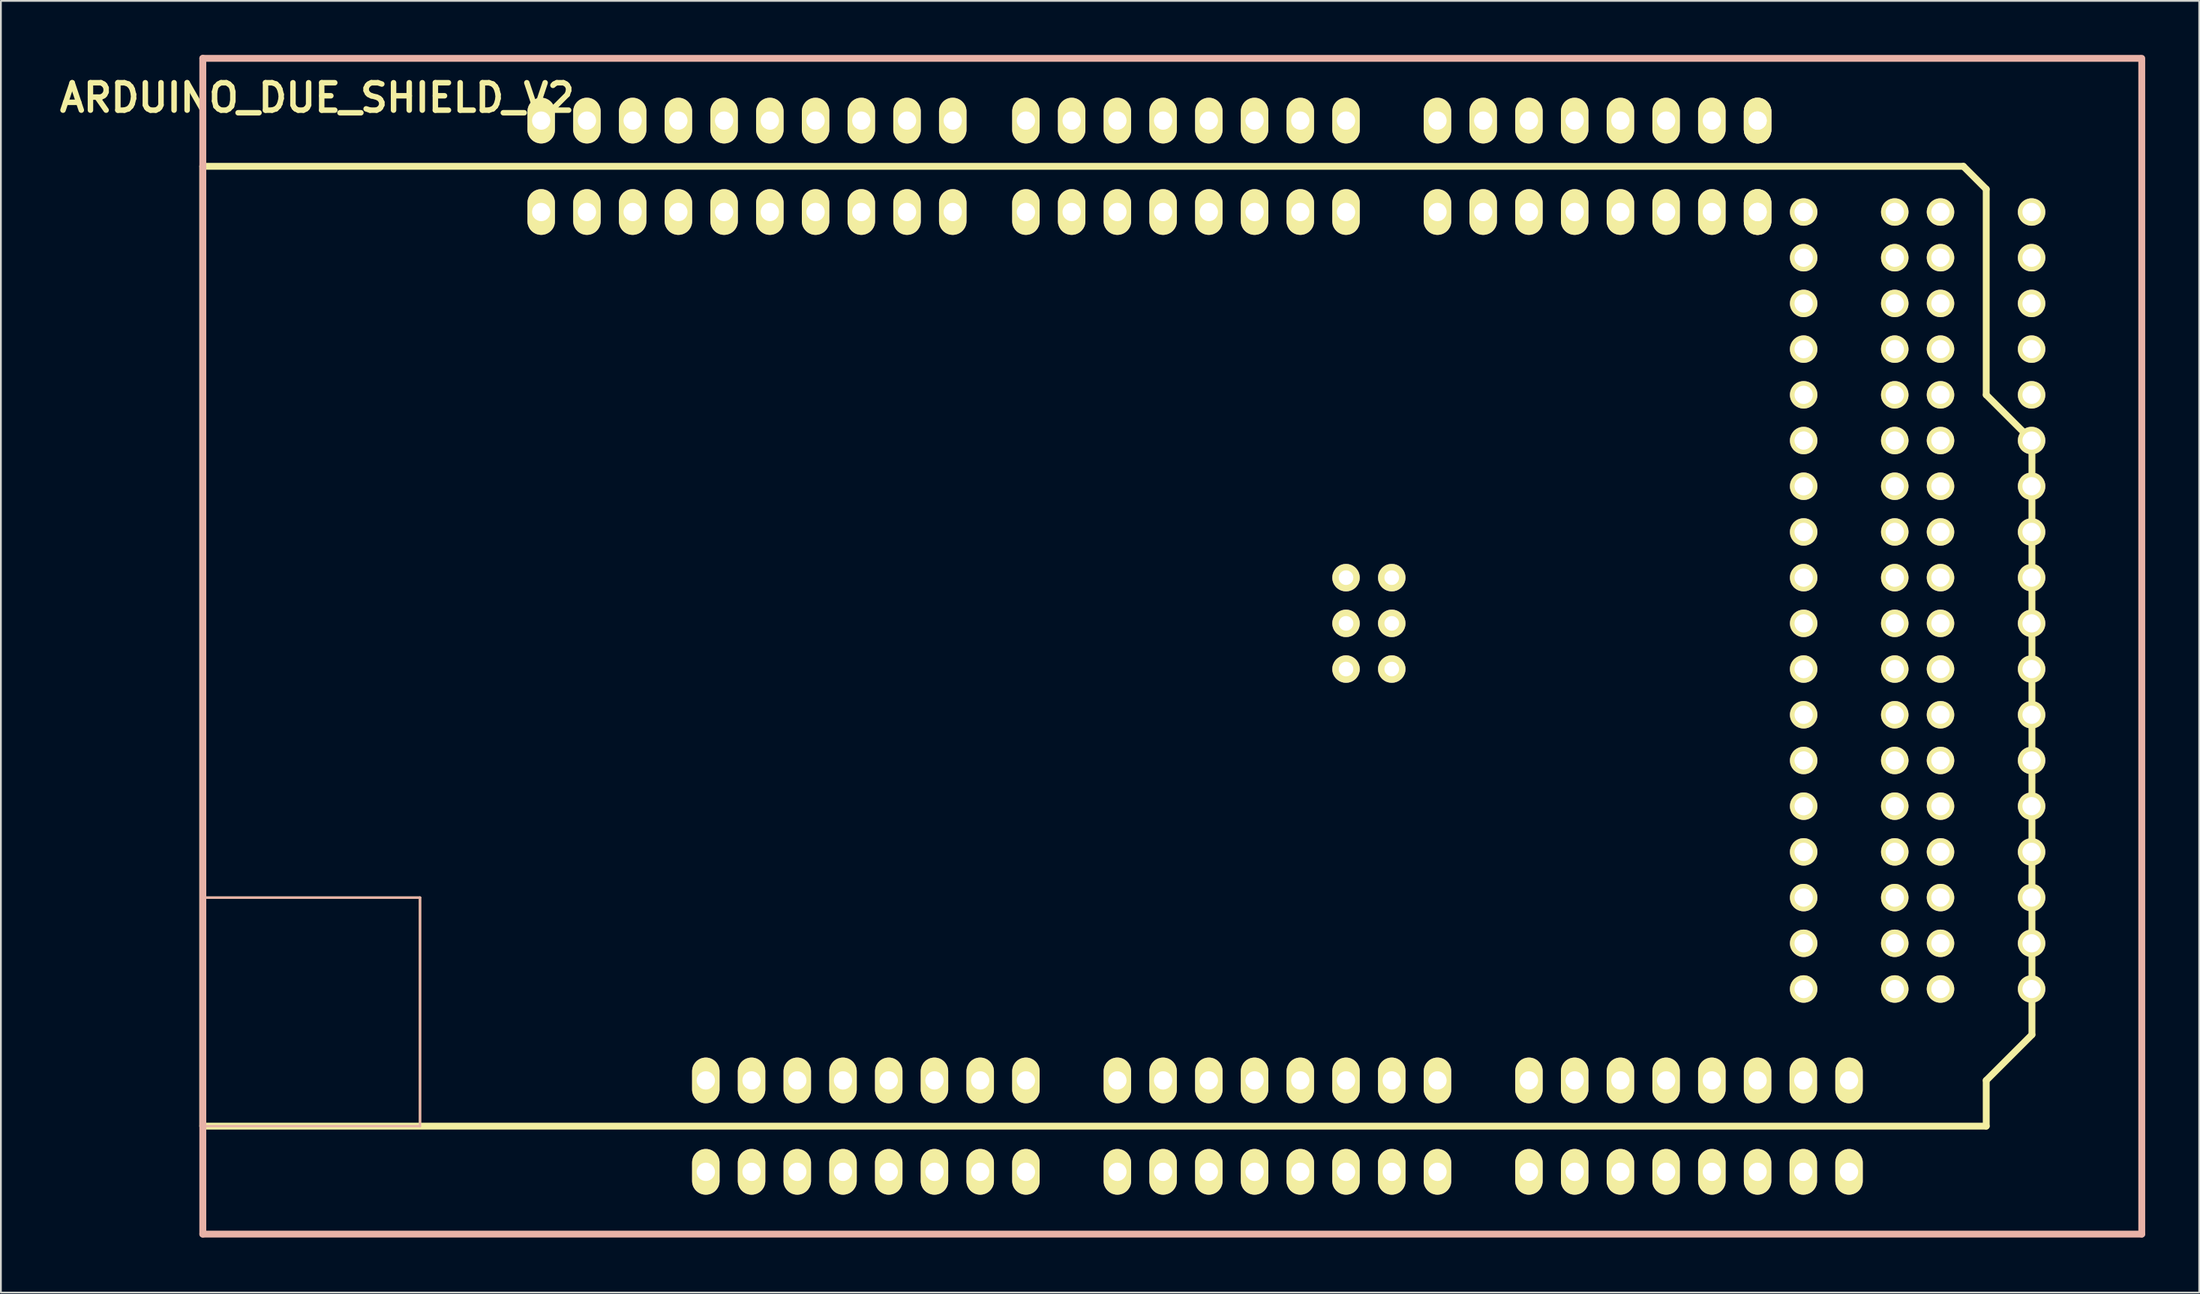
<source format=kicad_pcb>
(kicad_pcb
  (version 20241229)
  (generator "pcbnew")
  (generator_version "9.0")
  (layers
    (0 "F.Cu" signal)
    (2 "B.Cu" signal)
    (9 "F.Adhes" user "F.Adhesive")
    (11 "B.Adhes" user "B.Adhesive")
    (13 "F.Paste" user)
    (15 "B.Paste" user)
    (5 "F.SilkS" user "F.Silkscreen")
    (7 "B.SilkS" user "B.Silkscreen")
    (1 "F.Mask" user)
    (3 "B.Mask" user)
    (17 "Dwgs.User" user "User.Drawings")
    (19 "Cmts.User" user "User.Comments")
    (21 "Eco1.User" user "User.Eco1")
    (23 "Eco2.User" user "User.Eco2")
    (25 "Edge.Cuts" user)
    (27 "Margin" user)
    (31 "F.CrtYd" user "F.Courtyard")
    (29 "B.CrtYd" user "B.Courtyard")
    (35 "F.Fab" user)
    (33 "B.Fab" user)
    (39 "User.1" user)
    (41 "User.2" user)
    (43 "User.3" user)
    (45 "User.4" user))
  (footprint "ARDUINO_DUE_SHIELD_V2"
    (layer "F.Cu")
    (at 8.215 65.532)
    (property "Reference" "ARDUINO_DUE_SHIELD_V2" (at 6.35 -63.15 0) (layer "F.SilkS") (effects (font (size 1.524 1.524) (thickness 0.305))))
    (attr through_hole)
    (fp_line (start 0 -18.7) (end 12.065 -18.7) (stroke (width 0.127) (type solid)) (layer "F.SilkS"))
    (fp_line (start 0 -6) (end 0 -59.34) (stroke (width 0.381) (type solid)) (layer "F.SilkS"))
    (fp_line (start 12.065 -18.7) (end 12.065 -6) (stroke (width 0.127) (type solid)) (layer "F.SilkS"))
    (fp_line (start 97.79 -59.34) (end 0 -59.34) (stroke (width 0.381) (type solid)) (layer "F.SilkS"))
    (fp_line (start 99.06 -58.07) (end 97.79 -59.34) (stroke (width 0.381) (type solid)) (layer "F.SilkS"))
    (fp_line (start 99.06 -46.64) (end 99.06 -58.07) (stroke (width 0.381) (type solid)) (layer "F.SilkS"))
    (fp_line (start 99.06 -46.64) (end 101.6 -44.1) (stroke (width 0.381) (type solid)) (layer "F.SilkS"))
    (fp_line (start 99.06 -8.54) (end 99.06 -6) (stroke (width 0.381) (type solid)) (layer "F.SilkS"))
    (fp_line (start 99.06 -8.54) (end 101.6 -11.08) (stroke (width 0.381) (type solid)) (layer "F.SilkS"))
    (fp_line (start 99.06 -6) (end 0 -6) (stroke (width 0.381) (type solid)) (layer "F.SilkS"))
    (fp_line (start 101.6 -44.1) (end 101.6 -11.08) (stroke (width 0.381) (type solid)) (layer "F.SilkS"))
    (fp_line (start 0 -18.7) (end 12.06 -18.7) (stroke (width 0.127) (type solid)) (layer "B.SilkS"))
    (fp_line (start 0 0) (end 0 -65.34) (stroke (width 0.384) (type solid)) (layer "B.SilkS"))
    (fp_line (start 12.065 -18.7) (end 12.065 -6) (stroke (width 0.127) (type solid)) (layer "B.SilkS"))
    (fp_line (start 12.065 -6) (end 0 -6) (stroke (width 0.127) (type solid)) (layer "B.SilkS"))
    (fp_line (start 107.6 -65.34) (end 0 -65.34) (stroke (width 0.381) (type solid)) (layer "B.SilkS"))
    (fp_line (start 107.7 0) (end 0 0) (stroke (width 0.381) (type solid)) (layer "B.SilkS"))
    (fp_line (start 107.7 0) (end 107.7 -65.34) (stroke (width 0.381) (type solid)) (layer "B.SilkS"))
    (pad "0" thru_hole oval (at 63.5 -61.88 90) (size 2.54 1.524) (drill 1.016) (layers "*.Cu" "*.Mask" "F.SilkS"))
    (pad "0" thru_hole oval (at 63.5 -56.8 90) (size 2.54 1.524) (drill 1.016) (layers "*.Cu" "*.Mask" "F.SilkS"))
    (pad "1" thru_hole oval (at 60.96 -61.88 90) (size 2.54 1.524) (drill 1.016) (layers "*.Cu" "*.Mask" "F.SilkS"))
    (pad "1" thru_hole oval (at 60.96 -56.8 90) (size 2.54 1.524) (drill 1.016) (layers "*.Cu" "*.Mask" "F.SilkS"))
    (pad "2" thru_hole oval (at 58.42 -61.88 90) (size 2.54 1.524) (drill 1.016) (layers "*.Cu" "*.Mask" "F.SilkS"))
    (pad "2" thru_hole oval (at 58.42 -56.8 90) (size 2.54 1.524) (drill 1.016) (layers "*.Cu" "*.Mask" "F.SilkS"))
    (pad "3" thru_hole oval (at 55.88 -61.88 90) (size 2.54 1.524) (drill 1.016) (layers "*.Cu" "*.Mask" "F.SilkS"))
    (pad "3" thru_hole oval (at 55.88 -56.8 90) (size 2.54 1.524) (drill 1.016) (layers "*.Cu" "*.Mask" "F.SilkS"))
    (pad "3V3" thru_hole oval (at 35.56 -8.54 90) (size 2.54 1.524) (drill 1.016) (layers "*.Cu" "*.Mask" "F.SilkS"))
    (pad "3V3" thru_hole oval (at 35.56 -3.46 90) (size 2.54 1.524) (drill 1.016) (layers "*.Cu" "*.Mask" "F.SilkS"))
    (pad "4" thru_hole oval (at 53.34 -61.88 90) (size 2.54 1.524) (drill 1.016) (layers "*.Cu" "*.Mask" "F.SilkS"))
    (pad "4" thru_hole oval (at 53.34 -56.8 90) (size 2.54 1.524) (drill 1.016) (layers "*.Cu" "*.Mask" "F.SilkS"))
    (pad "5" thru_hole oval (at 50.8 -61.88 90) (size 2.54 1.524) (drill 1.016) (layers "*.Cu" "*.Mask" "F.SilkS"))
    (pad "5" thru_hole oval (at 50.8 -56.8 90) (size 2.54 1.524) (drill 1.016) (layers "*.Cu" "*.Mask" "F.SilkS"))
    (pad "5V" thru_hole oval (at 38.1 -8.54 90) (size 2.54 1.524) (drill 1.016) (layers "*.Cu" "*.Mask" "F.SilkS"))
    (pad "5V" thru_hole oval (at 38.1 -3.46 90) (size 2.54 1.524) (drill 1.016) (layers "*.Cu" "*.Mask" "F.SilkS"))
    (pad "5V_4" thru_hole circle (at 88.92 -56.8) (size 1.524 1.524) (drill 1.016) (layers "*.Cu" "*.Mask" "F.SilkS"))
    (pad "5V_4" thru_hole circle (at 93.98 -56.8) (size 1.524 1.524) (drill 1.016) (layers "*.Cu" "*.Mask" "F.SilkS"))
    (pad "5V_5" thru_hole circle (at 96.52 -56.8) (size 1.524 1.524) (drill 1.016) (layers "*.Cu" "*.Mask" "F.SilkS"))
    (pad "5V_5" thru_hole circle (at 101.58 -56.8) (size 1.524 1.524) (drill 1.016) (layers "*.Cu" "*.Mask" "F.SilkS"))
    (pad "6" thru_hole oval (at 48.26 -61.88 90) (size 2.54 1.524) (drill 1.016) (layers "*.Cu" "*.Mask" "F.SilkS"))
    (pad "6" thru_hole oval (at 48.26 -56.8 90) (size 2.54 1.524) (drill 1.016) (layers "*.Cu" "*.Mask" "F.SilkS"))
    (pad "7" thru_hole oval (at 45.72 -61.88 90) (size 2.54 1.524) (drill 1.016) (layers "*.Cu" "*.Mask" "F.SilkS"))
    (pad "7" thru_hole oval (at 45.72 -56.8 90) (size 2.54 1.524) (drill 1.016) (layers "*.Cu" "*.Mask" "F.SilkS"))
    (pad "8" thru_hole oval (at 41.656 -61.88 90) (size 2.54 1.524) (drill 1.016) (layers "*.Cu" "*.Mask" "F.SilkS"))
    (pad "8" thru_hole oval (at 41.656 -56.8 90) (size 2.54 1.524) (drill 1.016) (layers "*.Cu" "*.Mask" "F.SilkS"))
    (pad "9" thru_hole oval (at 39.116 -61.88 90) (size 2.54 1.524) (drill 1.016) (layers "*.Cu" "*.Mask" "F.SilkS"))
    (pad "9" thru_hole oval (at 39.116 -56.8 90) (size 2.54 1.524) (drill 1.016) (layers "*.Cu" "*.Mask" "F.SilkS"))
    (pad "10" thru_hole oval (at 36.576 -61.88 90) (size 2.54 1.524) (drill 1.016) (layers "*.Cu" "*.Mask" "F.SilkS"))
    (pad "10" thru_hole oval (at 36.576 -56.8 90) (size 2.54 1.524) (drill 1.016) (layers "*.Cu" "*.Mask" "F.SilkS"))
    (pad "11" thru_hole oval (at 34.036 -61.88 90) (size 2.54 1.524) (drill 1.016) (layers "*.Cu" "*.Mask" "F.SilkS"))
    (pad "11" thru_hole oval (at 34.036 -56.8 90) (size 2.54 1.524) (drill 1.016) (layers "*.Cu" "*.Mask" "F.SilkS"))
    (pad "12" thru_hole oval (at 31.496 -61.88 90) (size 2.54 1.524) (drill 1.016) (layers "*.Cu" "*.Mask" "F.SilkS"))
    (pad "12" thru_hole oval (at 31.496 -56.8 90) (size 2.54 1.524) (drill 1.016) (layers "*.Cu" "*.Mask" "F.SilkS"))
    (pad "13" thru_hole oval (at 28.956 -61.88 90) (size 2.54 1.524) (drill 1.016) (layers "*.Cu" "*.Mask" "F.SilkS"))
    (pad "13" thru_hole oval (at 28.956 -56.8 90) (size 2.54 1.524) (drill 1.016) (layers "*.Cu" "*.Mask" "F.SilkS"))
    (pad "14" thru_hole oval (at 68.58 -61.88 90) (size 2.54 1.524) (drill 1.016) (layers "*.Cu" "*.Mask" "F.SilkS"))
    (pad "14" thru_hole oval (at 68.58 -56.8 90) (size 2.54 1.524) (drill 1.016) (layers "*.Cu" "*.Mask" "F.SilkS"))
    (pad "15" thru_hole oval (at 71.12 -61.88 90) (size 2.54 1.524) (drill 1.016) (layers "*.Cu" "*.Mask" "F.SilkS"))
    (pad "15" thru_hole oval (at 71.12 -56.8 90) (size 2.54 1.524) (drill 1.016) (layers "*.Cu" "*.Mask" "F.SilkS"))
    (pad "16" thru_hole oval (at 73.66 -61.88 90) (size 2.54 1.524) (drill 1.016) (layers "*.Cu" "*.Mask" "F.SilkS"))
    (pad "16" thru_hole oval (at 73.66 -56.8 90) (size 2.54 1.524) (drill 1.016) (layers "*.Cu" "*.Mask" "F.SilkS"))
    (pad "17" thru_hole oval (at 76.2 -61.88 90) (size 2.54 1.524) (drill 1.016) (layers "*.Cu" "*.Mask" "F.SilkS"))
    (pad "17" thru_hole oval (at 76.2 -56.8 90) (size 2.54 1.524) (drill 1.016) (layers "*.Cu" "*.Mask" "F.SilkS"))
    (pad "18" thru_hole oval (at 78.74 -61.88 90) (size 2.54 1.524) (drill 1.016) (layers "*.Cu" "*.Mask" "F.SilkS"))
    (pad "18" thru_hole oval (at 78.74 -56.8 90) (size 2.54 1.524) (drill 1.016) (layers "*.Cu" "*.Mask" "F.SilkS"))
    (pad "19" thru_hole oval (at 81.28 -61.88 90) (size 2.54 1.524) (drill 1.016) (layers "*.Cu" "*.Mask" "F.SilkS"))
    (pad "19" thru_hole oval (at 81.28 -56.8 90) (size 2.54 1.524) (drill 1.016) (layers "*.Cu" "*.Mask" "F.SilkS"))
    (pad "20" thru_hole oval (at 83.82 -61.88 90) (size 2.54 1.524) (drill 1.016) (layers "*.Cu" "*.Mask" "F.SilkS"))
    (pad "20" thru_hole oval (at 83.82 -56.8 90) (size 2.54 1.524) (drill 1.016) (layers "*.Cu" "*.Mask" "F.SilkS"))
    (pad "21" thru_hole oval (at 86.36 -61.88 90) (size 2.54 1.524) (drill 1.016) (layers "*.Cu" "*.Mask" "F.SilkS"))
    (pad "21" thru_hole oval (at 86.36 -61.88 90) (size 2.54 1.524) (drill 1.016) (layers "*.Cu" "*.Mask" "F.SilkS"))
    (pad "21" thru_hole oval (at 86.36 -56.8 90) (size 2.54 1.524) (drill 1.016) (layers "*.Cu" "*.Mask" "F.SilkS"))
    (pad "21" thru_hole oval (at 86.36 -56.8 90) (size 2.54 1.524) (drill 1.016) (layers "*.Cu" "*.Mask" "F.SilkS"))
    (pad "22" thru_hole circle (at 88.92 -54.26) (size 1.524 1.524) (drill 1.016) (layers "*.Cu" "*.Mask" "F.SilkS"))
    (pad "22" thru_hole circle (at 93.98 -54.26) (size 1.524 1.524) (drill 1.016) (layers "*.Cu" "*.Mask" "F.SilkS"))
    (pad "23" thru_hole circle (at 96.52 -54.26) (size 1.524 1.524) (drill 1.016) (layers "*.Cu" "*.Mask" "F.SilkS"))
    (pad "23" thru_hole circle (at 101.58 -54.26) (size 1.524 1.524) (drill 1.016) (layers "*.Cu" "*.Mask" "F.SilkS"))
    (pad "24" thru_hole circle (at 88.92 -51.72) (size 1.524 1.524) (drill 1.016) (layers "*.Cu" "*.Mask" "F.SilkS"))
    (pad "24" thru_hole circle (at 93.98 -51.72) (size 1.524 1.524) (drill 1.016) (layers "*.Cu" "*.Mask" "F.SilkS"))
    (pad "25" thru_hole circle (at 96.52 -51.72) (size 1.524 1.524) (drill 1.016) (layers "*.Cu" "*.Mask" "F.SilkS"))
    (pad "25" thru_hole circle (at 101.58 -51.72) (size 1.524 1.524) (drill 1.016) (layers "*.Cu" "*.Mask" "F.SilkS"))
    (pad "26" thru_hole circle (at 88.92 -49.18) (size 1.524 1.524) (drill 1.016) (layers "*.Cu" "*.Mask" "F.SilkS"))
    (pad "26" thru_hole circle (at 93.98 -49.18) (size 1.524 1.524) (drill 1.016) (layers "*.Cu" "*.Mask" "F.SilkS"))
    (pad "27" thru_hole circle (at 96.52 -49.18) (size 1.524 1.524) (drill 1.016) (layers "*.Cu" "*.Mask" "F.SilkS"))
    (pad "27" thru_hole circle (at 101.58 -49.18) (size 1.524 1.524) (drill 1.016) (layers "*.Cu" "*.Mask" "F.SilkS"))
    (pad "28" thru_hole circle (at 88.92 -46.64) (size 1.524 1.524) (drill 1.016) (layers "*.Cu" "*.Mask" "F.SilkS"))
    (pad "28" thru_hole circle (at 93.98 -46.64) (size 1.524 1.524) (drill 1.016) (layers "*.Cu" "*.Mask" "F.SilkS"))
    (pad "29" thru_hole circle (at 96.52 -46.64) (size 1.524 1.524) (drill 1.016) (layers "*.Cu" "*.Mask" "F.SilkS"))
    (pad "29" thru_hole circle (at 101.58 -46.64) (size 1.524 1.524) (drill 1.016) (layers "*.Cu" "*.Mask" "F.SilkS"))
    (pad "30" thru_hole circle (at 88.92 -44.1) (size 1.524 1.524) (drill 1.016) (layers "*.Cu" "*.Mask" "F.SilkS"))
    (pad "30" thru_hole circle (at 93.98 -44.1) (size 1.524 1.524) (drill 1.016) (layers "*.Cu" "*.Mask" "F.SilkS"))
    (pad "31" thru_hole circle (at 96.52 -44.1) (size 1.524 1.524) (drill 1.016) (layers "*.Cu" "*.Mask" "F.SilkS"))
    (pad "31" thru_hole circle (at 101.58 -44.1) (size 1.524 1.524) (drill 1.016) (layers "*.Cu" "*.Mask" "F.SilkS"))
    (pad "32" thru_hole circle (at 88.92 -41.56) (size 1.524 1.524) (drill 1.016) (layers "*.Cu" "*.Mask" "F.SilkS"))
    (pad "32" thru_hole circle (at 93.98 -41.56) (size 1.524 1.524) (drill 1.016) (layers "*.Cu" "*.Mask" "F.SilkS"))
    (pad "33" thru_hole circle (at 96.52 -41.56) (size 1.524 1.524) (drill 1.016) (layers "*.Cu" "*.Mask" "F.SilkS"))
    (pad "33" thru_hole circle (at 101.58 -41.56) (size 1.524 1.524) (drill 1.016) (layers "*.Cu" "*.Mask" "F.SilkS"))
    (pad "34" thru_hole circle (at 88.92 -39.02) (size 1.524 1.524) (drill 1.016) (layers "*.Cu" "*.Mask" "F.SilkS"))
    (pad "34" thru_hole circle (at 93.98 -39.02) (size 1.524 1.524) (drill 1.016) (layers "*.Cu" "*.Mask" "F.SilkS"))
    (pad "35" thru_hole circle (at 96.52 -39.02) (size 1.524 1.524) (drill 1.016) (layers "*.Cu" "*.Mask" "F.SilkS"))
    (pad "35" thru_hole circle (at 101.58 -39.02) (size 1.524 1.524) (drill 1.016) (layers "*.Cu" "*.Mask" "F.SilkS"))
    (pad "36" thru_hole circle (at 88.92 -36.48) (size 1.524 1.524) (drill 1.016) (layers "*.Cu" "*.Mask" "F.SilkS"))
    (pad "36" thru_hole circle (at 93.98 -36.48) (size 1.524 1.524) (drill 1.016) (layers "*.Cu" "*.Mask" "F.SilkS"))
    (pad "37" thru_hole circle (at 96.52 -36.48) (size 1.524 1.524) (drill 1.016) (layers "*.Cu" "*.Mask" "F.SilkS"))
    (pad "37" thru_hole circle (at 101.58 -36.48) (size 1.524 1.524) (drill 1.016) (layers "*.Cu" "*.Mask" "F.SilkS"))
    (pad "38" thru_hole circle (at 88.92 -33.94) (size 1.524 1.524) (drill 1.016) (layers "*.Cu" "*.Mask" "F.SilkS"))
    (pad "38" thru_hole circle (at 93.98 -33.94) (size 1.524 1.524) (drill 1.016) (layers "*.Cu" "*.Mask" "F.SilkS"))
    (pad "39" thru_hole circle (at 96.52 -33.94) (size 1.524 1.524) (drill 1.016) (layers "*.Cu" "*.Mask" "F.SilkS"))
    (pad "39" thru_hole circle (at 101.58 -33.94) (size 1.524 1.524) (drill 1.016) (layers "*.Cu" "*.Mask" "F.SilkS"))
    (pad "40" thru_hole circle (at 88.92 -31.4) (size 1.524 1.524) (drill 1.016) (layers "*.Cu" "*.Mask" "F.SilkS"))
    (pad "40" thru_hole circle (at 93.98 -31.4) (size 1.524 1.524) (drill 1.016) (layers "*.Cu" "*.Mask" "F.SilkS"))
    (pad "41" thru_hole circle (at 96.52 -31.4) (size 1.524 1.524) (drill 1.016) (layers "*.Cu" "*.Mask" "F.SilkS"))
    (pad "41" thru_hole circle (at 101.58 -31.4) (size 1.524 1.524) (drill 1.016) (layers "*.Cu" "*.Mask" "F.SilkS"))
    (pad "42" thru_hole circle (at 88.92 -28.86) (size 1.524 1.524) (drill 1.016) (layers "*.Cu" "*.Mask" "F.SilkS"))
    (pad "42" thru_hole circle (at 93.98 -28.86) (size 1.524 1.524) (drill 1.016) (layers "*.Cu" "*.Mask" "F.SilkS"))
    (pad "43" thru_hole circle (at 96.52 -28.86) (size 1.524 1.524) (drill 1.016) (layers "*.Cu" "*.Mask" "F.SilkS"))
    (pad "43" thru_hole circle (at 101.58 -28.86) (size 1.524 1.524) (drill 1.016) (layers "*.Cu" "*.Mask" "F.SilkS"))
    (pad "44" thru_hole circle (at 88.92 -26.32) (size 1.524 1.524) (drill 1.016) (layers "*.Cu" "*.Mask" "F.SilkS"))
    (pad "44" thru_hole circle (at 93.98 -26.32) (size 1.524 1.524) (drill 1.016) (layers "*.Cu" "*.Mask" "F.SilkS"))
    (pad "45" thru_hole circle (at 96.52 -26.32) (size 1.524 1.524) (drill 1.016) (layers "*.Cu" "*.Mask" "F.SilkS"))
    (pad "45" thru_hole circle (at 101.58 -26.32) (size 1.524 1.524) (drill 1.016) (layers "*.Cu" "*.Mask" "F.SilkS"))
    (pad "46" thru_hole circle (at 88.92 -23.78) (size 1.524 1.524) (drill 1.016) (layers "*.Cu" "*.Mask" "F.SilkS"))
    (pad "46" thru_hole circle (at 93.98 -23.78) (size 1.524 1.524) (drill 1.016) (layers "*.Cu" "*.Mask" "F.SilkS"))
    (pad "47" thru_hole circle (at 96.52 -23.78) (size 1.524 1.524) (drill 1.016) (layers "*.Cu" "*.Mask" "F.SilkS"))
    (pad "47" thru_hole circle (at 101.58 -23.78) (size 1.524 1.524) (drill 1.016) (layers "*.Cu" "*.Mask" "F.SilkS"))
    (pad "48" thru_hole circle (at 88.92 -21.24) (size 1.524 1.524) (drill 1.016) (layers "*.Cu" "*.Mask" "F.SilkS"))
    (pad "48" thru_hole circle (at 93.98 -21.24) (size 1.524 1.524) (drill 1.016) (layers "*.Cu" "*.Mask" "F.SilkS"))
    (pad "49" thru_hole circle (at 96.52 -21.24) (size 1.524 1.524) (drill 1.016) (layers "*.Cu" "*.Mask" "F.SilkS"))
    (pad "49" thru_hole circle (at 101.58 -21.24) (size 1.524 1.524) (drill 1.016) (layers "*.Cu" "*.Mask" "F.SilkS"))
    (pad "50" thru_hole circle (at 88.92 -18.7) (size 1.524 1.524) (drill 1.016) (layers "*.Cu" "*.Mask" "F.SilkS"))
    (pad "50" thru_hole circle (at 93.98 -18.7) (size 1.524 1.524) (drill 1.016) (layers "*.Cu" "*.Mask" "F.SilkS"))
    (pad "51" thru_hole circle (at 96.52 -18.7) (size 1.524 1.524) (drill 1.016) (layers "*.Cu" "*.Mask" "F.SilkS"))
    (pad "51" thru_hole circle (at 101.58 -18.7) (size 1.524 1.524) (drill 1.016) (layers "*.Cu" "*.Mask" "F.SilkS"))
    (pad "52" thru_hole circle (at 88.92 -16.16) (size 1.524 1.524) (drill 1.016) (layers "*.Cu" "*.Mask" "F.SilkS"))
    (pad "52" thru_hole circle (at 93.98 -16.16) (size 1.524 1.524) (drill 1.016) (layers "*.Cu" "*.Mask" "F.SilkS"))
    (pad "53" thru_hole circle (at 96.52 -16.16) (size 1.524 1.524) (drill 1.016) (layers "*.Cu" "*.Mask" "F.SilkS"))
    (pad "53" thru_hole circle (at 101.58 -16.16) (size 1.524 1.524) (drill 1.016) (layers "*.Cu" "*.Mask" "F.SilkS"))
    (pad "AD0" thru_hole oval (at 50.8 -8.54 90) (size 2.54 1.524) (drill 1.016) (layers "*.Cu" "*.Mask" "F.SilkS"))
    (pad "AD0" thru_hole oval (at 50.8 -3.46 90) (size 2.54 1.524) (drill 1.016) (layers "*.Cu" "*.Mask" "F.SilkS"))
    (pad "AD1" thru_hole oval (at 53.34 -8.54 90) (size 2.54 1.524) (drill 1.016) (layers "*.Cu" "*.Mask" "F.SilkS"))
    (pad "AD1" thru_hole oval (at 53.34 -3.46 90) (size 2.54 1.524) (drill 1.016) (layers "*.Cu" "*.Mask" "F.SilkS"))
    (pad "AD2" thru_hole oval (at 55.88 -8.54 90) (size 2.54 1.524) (drill 1.016) (layers "*.Cu" "*.Mask" "F.SilkS"))
    (pad "AD2" thru_hole oval (at 55.88 -3.46 90) (size 2.54 1.524) (drill 1.016) (layers "*.Cu" "*.Mask" "F.SilkS"))
    (pad "AD3" thru_hole oval (at 58.42 -8.54 90) (size 2.54 1.524) (drill 1.016) (layers "*.Cu" "*.Mask" "F.SilkS"))
    (pad "AD3" thru_hole oval (at 58.42 -3.46 90) (size 2.54 1.524) (drill 1.016) (layers "*.Cu" "*.Mask" "F.SilkS"))
    (pad "AD4" thru_hole oval (at 60.96 -8.54 90) (size 2.54 1.524) (drill 1.016) (layers "*.Cu" "*.Mask" "F.SilkS"))
    (pad "AD4" thru_hole oval (at 60.96 -3.46 90) (size 2.54 1.524) (drill 1.016) (layers "*.Cu" "*.Mask" "F.SilkS"))
    (pad "AD5" thru_hole oval (at 63.5 -8.54 90) (size 2.54 1.524) (drill 1.016) (layers "*.Cu" "*.Mask" "F.SilkS"))
    (pad "AD5" thru_hole oval (at 63.5 -3.46 90) (size 2.54 1.524) (drill 1.016) (layers "*.Cu" "*.Mask" "F.SilkS"))
    (pad "AD6" thru_hole oval (at 66.04 -8.54 90) (size 2.54 1.524) (drill 1.016) (layers "*.Cu" "*.Mask" "F.SilkS"))
    (pad "AD6" thru_hole oval (at 66.04 -3.46 90) (size 2.54 1.524) (drill 1.016) (layers "*.Cu" "*.Mask" "F.SilkS"))
    (pad "AD7" thru_hole oval (at 68.58 -8.54 90) (size 2.54 1.524) (drill 1.016) (layers "*.Cu" "*.Mask" "F.SilkS"))
    (pad "AD7" thru_hole oval (at 68.58 -3.46 90) (size 2.54 1.524) (drill 1.016) (layers "*.Cu" "*.Mask" "F.SilkS"))
    (pad "AD8" thru_hole oval (at 73.66 -8.54 90) (size 2.54 1.524) (drill 1.016) (layers "*.Cu" "*.Mask" "F.SilkS"))
    (pad "AD8" thru_hole oval (at 73.66 -3.46 90) (size 2.54 1.524) (drill 1.016) (layers "*.Cu" "*.Mask" "F.SilkS"))
    (pad "AD9" thru_hole oval (at 76.2 -8.54 90) (size 2.54 1.524) (drill 1.016) (layers "*.Cu" "*.Mask" "F.SilkS"))
    (pad "AD9" thru_hole oval (at 76.2 -3.46 90) (size 2.54 1.524) (drill 1.016) (layers "*.Cu" "*.Mask" "F.SilkS"))
    (pad "AD10" thru_hole oval (at 78.74 -8.54 90) (size 2.54 1.524) (drill 1.016) (layers "*.Cu" "*.Mask" "F.SilkS"))
    (pad "AD10" thru_hole oval (at 78.74 -3.46 90) (size 2.54 1.524) (drill 1.016) (layers "*.Cu" "*.Mask" "F.SilkS"))
    (pad "AD11" thru_hole oval (at 81.28 -8.54 90) (size 2.54 1.524) (drill 1.016) (layers "*.Cu" "*.Mask" "F.SilkS"))
    (pad "AD11" thru_hole oval (at 81.28 -3.46 90) (size 2.54 1.524) (drill 1.016) (layers "*.Cu" "*.Mask" "F.SilkS"))
    (pad "AREF" thru_hole oval (at 23.876 -61.88 90) (size 2.54 1.524) (drill 1.016) (layers "*.Cu" "*.Mask" "F.SilkS"))
    (pad "AREF" thru_hole oval (at 23.876 -56.8 90) (size 2.54 1.524) (drill 1.016) (layers "*.Cu" "*.Mask" "F.SilkS"))
    (pad "C_RX" thru_hole oval (at 88.9 -8.54 90) (size 2.54 1.524) (drill 1.016) (layers "*.Cu" "*.Mask" "F.SilkS"))
    (pad "C_RX" thru_hole oval (at 88.9 -3.46 90) (size 2.54 1.524) (drill 1.016) (layers "*.Cu" "*.Mask" "F.SilkS"))
    (pad "C_TX" thru_hole oval (at 91.44 -8.54 90) (size 2.54 1.524) (drill 1.016) (layers "*.Cu" "*.Mask" "F.SilkS"))
    (pad "C_TX" thru_hole oval (at 91.44 -3.46 90) (size 2.54 1.524) (drill 1.016) (layers "*.Cu" "*.Mask" "F.SilkS"))
    (pad "DAC0" thru_hole oval (at 83.82 -8.54 90) (size 2.54 1.524) (drill 1.016) (layers "*.Cu" "*.Mask" "F.SilkS"))
    (pad "DAC0" thru_hole oval (at 83.82 -3.46 90) (size 2.54 1.524) (drill 1.016) (layers "*.Cu" "*.Mask" "F.SilkS"))
    (pad "DAC1" thru_hole oval (at 86.36 -8.54 90) (size 2.54 1.524) (drill 1.016) (layers "*.Cu" "*.Mask" "F.SilkS"))
    (pad "DAC1" thru_hole oval (at 86.36 -3.46 90) (size 2.54 1.524) (drill 1.016) (layers "*.Cu" "*.Mask" "F.SilkS"))
    (pad "GND1" thru_hole oval (at 40.64 -8.54 90) (size 2.54 1.524) (drill 1.016) (layers "*.Cu" "*.Mask" "F.SilkS"))
    (pad "GND1" thru_hole oval (at 40.64 -3.46 90) (size 2.54 1.524) (drill 1.016) (layers "*.Cu" "*.Mask" "F.SilkS"))
    (pad "GND2" thru_hole oval (at 43.18 -8.54 90) (size 2.54 1.524) (drill 1.016) (layers "*.Cu" "*.Mask" "F.SilkS"))
    (pad "GND2" thru_hole oval (at 43.18 -3.46 90) (size 2.54 1.524) (drill 1.016) (layers "*.Cu" "*.Mask" "F.SilkS"))
    (pad "GND3" thru_hole oval (at 26.416 -61.88 90) (size 2.54 1.524) (drill 1.016) (layers "*.Cu" "*.Mask" "F.SilkS"))
    (pad "GND3" thru_hole oval (at 26.416 -56.8 90) (size 2.54 1.524) (drill 1.016) (layers "*.Cu" "*.Mask" "F.SilkS"))
    (pad "GND4" thru_hole circle (at 88.92 -13.62) (size 1.524 1.524) (drill 1.016) (layers "*.Cu" "*.Mask" "F.SilkS"))
    (pad "GND4" thru_hole circle (at 93.98 -13.62) (size 1.524 1.524) (drill 1.016) (layers "*.Cu" "*.Mask" "F.SilkS"))
    (pad "GND5" thru_hole circle (at 96.52 -13.62) (size 1.524 1.524) (drill 1.016) (layers "*.Cu" "*.Mask" "F.SilkS"))
    (pad "GND5" thru_hole circle (at 101.58 -13.62) (size 1.524 1.524) (drill 1.016) (layers "*.Cu" "*.Mask" "F.SilkS"))
    (pad "IO_R" thru_hole oval (at 30.48 -8.54 90) (size 2.54 1.524) (drill 1.016) (layers "*.Cu" "*.Mask" "F.SilkS"))
    (pad "IO_R" thru_hole oval (at 30.48 -3.46 90) (size 2.54 1.524) (drill 1.016) (layers "*.Cu" "*.Mask" "F.SilkS"))
    (pad "NC" thru_hole oval (at 27.94 -8.54 90) (size 2.54 1.524) (drill 1.016) (layers "*.Cu" "*.Mask" "F.SilkS"))
    (pad "NC" thru_hole oval (at 27.94 -3.46 90) (size 2.54 1.524) (drill 1.016) (layers "*.Cu" "*.Mask" "F.SilkS"))
    (pad "RST" thru_hole oval (at 33.02 -8.54 90) (size 2.54 1.524) (drill 1.016) (layers "*.Cu" "*.Mask" "F.SilkS"))
    (pad "RST" thru_hole oval (at 33.02 -3.46 90) (size 2.54 1.524) (drill 1.016) (layers "*.Cu" "*.Mask" "F.SilkS"))
    (pad "SCL1" thru_hole oval (at 18.796 -61.88 90) (size 2.54 1.524) (drill 1.016) (layers "*.Cu" "*.Mask" "F.SilkS"))
    (pad "SCL1" thru_hole oval (at 18.796 -56.8 90) (size 2.54 1.524) (drill 1.016) (layers "*.Cu" "*.Mask" "F.SilkS"))
    (pad "SDA1" thru_hole oval (at 21.336 -61.88 90) (size 2.54 1.524) (drill 1.016) (layers "*.Cu" "*.Mask" "F.SilkS"))
    (pad "SDA1" thru_hole oval (at 21.336 -56.8 90) (size 2.54 1.524) (drill 1.016) (layers "*.Cu" "*.Mask" "F.SilkS"))
    (pad "SP1" thru_hole circle (at 63.5 -36.48) (size 1.524 1.524) (drill 0.813) (layers "*.Cu" "*.Mask" "F.SilkS"))
    (pad "SP2" thru_hole circle (at 66.04 -36.48) (size 1.524 1.524) (drill 0.813) (layers "*.Cu" "*.Mask" "F.SilkS"))
    (pad "SP3" thru_hole circle (at 63.5 -33.94) (size 1.524 1.524) (drill 0.813) (layers "*.Cu" "*.Mask" "F.SilkS"))
    (pad "SP4" thru_hole circle (at 66.04 -33.94) (size 1.524 1.524) (drill 0.813) (layers "*.Cu" "*.Mask" "F.SilkS"))
    (pad "SP5" thru_hole circle (at 63.5 -31.4) (size 1.524 1.524) (drill 0.813) (layers "*.Cu" "*.Mask" "F.SilkS"))
    (pad "SP6" thru_hole circle (at 66.04 -31.4) (size 1.524 1.524) (drill 0.813) (layers "*.Cu" "*.Mask" "F.SilkS"))
    (pad "V_IN" thru_hole oval (at 45.72 -8.54 90) (size 2.54 1.524) (drill 1.016) (layers "*.Cu" "*.Mask" "F.SilkS"))
    (pad "V_IN" thru_hole oval (at 45.72 -3.46 90) (size 2.54 1.524) (drill 1.016) (layers "*.Cu" "*.Mask" "F.SilkS")))
  (gr_rect
    (start -3 -3)
    (end 119.106 68.782)
    (stroke (width 0.1) (type default))
    (fill no)
    (layer "Edge.Cuts")))
</source>
